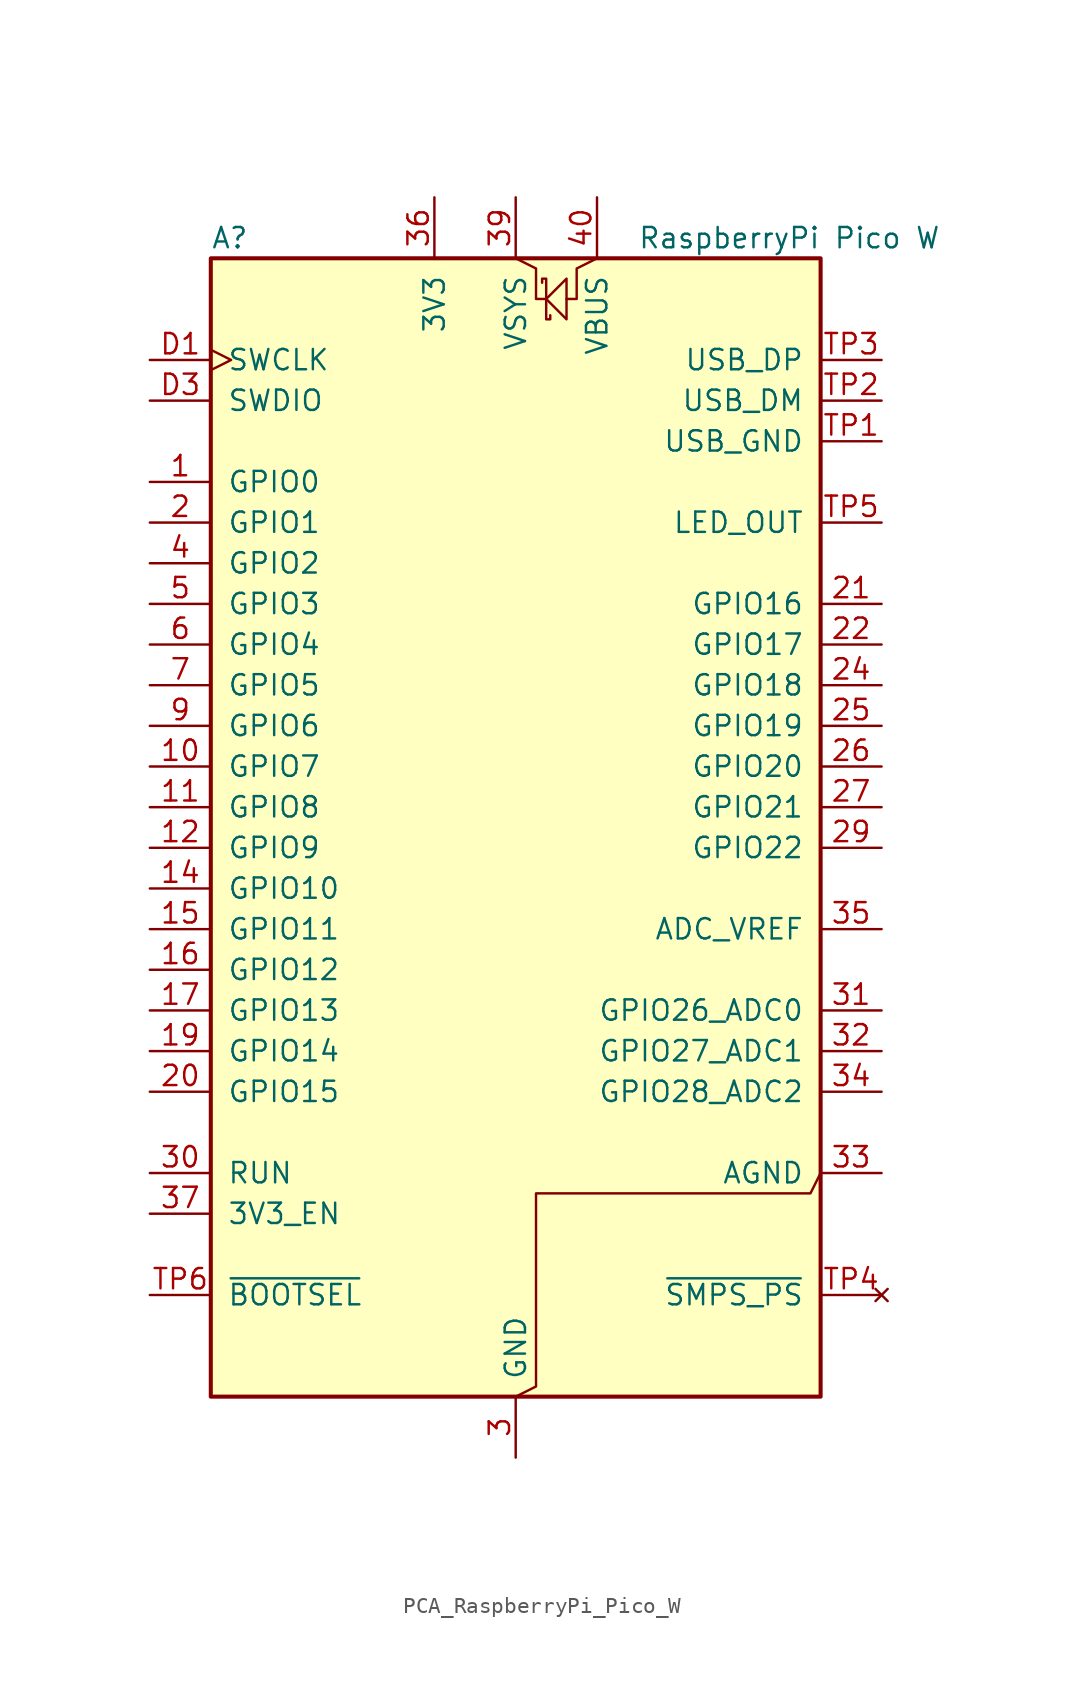
<source format=kicad_sym>
(kicad_symbol_lib
  (version 20241209)
  (generator "kicad_symbol_editor")
  (generator_version "9.0")
  (symbol "PCA_RaspberryPi_Pico_W"
    (pin_names
      (offset 1.016))
    (property "Reference" "A"
      (at -19.05 38.1 0)
      (effects (font (size 1.27 1.27)) (justify left)))
    (property "Value" "RaspberryPi Pico W"
      (at 7.62 38.1 0)
      (effects (font (size 1.27 1.27)) (justify left)))
    (symbol "PCA_RaspberryPi_Pico_W_0_1"
      (rectangle (start -19.05 36.83) (end 19.05 -34.29) (stroke (width 0.254) (type default)) (fill (type background)))
      (polyline (pts (xy 0 36.83) (xy 1.27 36.195) (xy 1.27 34.29) (xy 1.905 34.29)) (stroke (width 0) (type default)) (fill (type none)))
      (polyline (pts (xy 0 -34.29) (xy 1.27 -33.655) (xy 1.27 -21.59) (xy 18.415 -21.59) (xy 19.05 -20.32)) (stroke (width 0) (type default)) (fill (type none)))
      (polyline (pts (xy 1.651 35.306) (xy 1.651 35.56) (xy 1.905 35.56) (xy 1.905 33.02) (xy 2.159 33.02) (xy 2.159 33.274)) (stroke (width 0) (type default)) (fill (type none)))
      (polyline (pts (xy 1.905 34.29) (xy 3.175 35.56) (xy 3.175 33.02) (xy 1.905 34.29)) (stroke (width 0) (type default)) (fill (type none)))
      (polyline (pts (xy 5.08 36.83) (xy 3.81 36.195) (xy 3.81 34.29) (xy 3.175 34.29)) (stroke (width 0) (type default)) (fill (type none))))
    (symbol "PCA_RaspberryPi_Pico_W_1_1"
      (pin input clock (at -22.86 30.48 0) (length 3.81) (name "SWCLK" (effects (font (size 1.27 1.27)))) (number "D1" (effects (font (size 1.27 1.27)))))
      (pin bidirectional line (at -22.86 27.94 0) (length 3.81) (name "SWDIO" (effects (font (size 1.27 1.27)))) (number "D3" (effects (font (size 1.27 1.27)))))
      (pin bidirectional line (at -22.86 22.86 0) (length 3.81) (name "GPIO0" (effects (font (size 1.27 1.27)))) (number "1" (effects (font (size 1.27 1.27)))) (alternate "I2C0_SDA" bidirectional line) (alternate "PWM0_A" output line) (alternate "SPI0_RX" input line) (alternate "UART0_TX" output line) (alternate "USB_OVCUR_DET" input line))
      (pin bidirectional line (at -22.86 20.32 0) (length 3.81) (name "GPIO1" (effects (font (size 1.27 1.27)))) (number "2" (effects (font (size 1.27 1.27)))) (alternate "I2C0_SCL" bidirectional clock) (alternate "PWM0_B" bidirectional line) (alternate "UART0_RX" input line) (alternate "USB_VBUS_DET" passive line) (alternate "~{SPI0_CSn}" bidirectional line))
      (pin bidirectional line (at -22.86 17.78 0) (length 3.81) (name "GPIO2" (effects (font (size 1.27 1.27)))) (number "4" (effects (font (size 1.27 1.27)))) (alternate "I2C1_SDA" bidirectional line) (alternate "PWM1_A" output line) (alternate "SPI0_SCK" bidirectional clock) (alternate "UART0_CTS" input line) (alternate "USB_VBUS_DET" input line))
      (pin bidirectional line (at -22.86 15.24 0) (length 3.81) (name "GPIO3" (effects (font (size 1.27 1.27)))) (number "5" (effects (font (size 1.27 1.27)))) (alternate "I2C1_SCL" bidirectional clock) (alternate "PWM1_B" bidirectional line) (alternate "SPI0_TX" output line) (alternate "UART0_RTS" output line) (alternate "USB_OVCUR_DET" input line))
      (pin bidirectional line (at -22.86 12.7 0) (length 3.81) (name "GPIO4" (effects (font (size 1.27 1.27)))) (number "6" (effects (font (size 1.27 1.27)))) (alternate "I2C0_SDA" bidirectional line) (alternate "PWM2_A" output line) (alternate "SPI0_RX" input line) (alternate "UART1_TX" output line) (alternate "USB_VBUS_DET" input line))
      (pin bidirectional line (at -22.86 10.16 0) (length 3.81) (name "GPIO5" (effects (font (size 1.27 1.27)))) (number "7" (effects (font (size 1.27 1.27)))) (alternate "I2C0_SCL" bidirectional clock) (alternate "PWM2_B" bidirectional line) (alternate "UART1_RX" input line) (alternate "USB_VBUS_EN" output line) (alternate "~{SPI0_CSn}" bidirectional line))
      (pin bidirectional line (at -22.86 7.62 0) (length 3.81) (name "GPIO6" (effects (font (size 1.27 1.27)))) (number "9" (effects (font (size 1.27 1.27)))) (alternate "I2C1_SDA" bidirectional line) (alternate "PWM3_A" output line) (alternate "SPI0_SCK" bidirectional clock) (alternate "UART1_CTS" input line) (alternate "USB_OVCUR_DET" input line))
      (pin bidirectional line (at -22.86 5.08 0) (length 3.81) (name "GPIO7" (effects (font (size 1.27 1.27)))) (number "10" (effects (font (size 1.27 1.27)))) (alternate "I2C1_SCL" bidirectional clock) (alternate "PWM3_B" bidirectional line) (alternate "SPI0_TX" output line) (alternate "UART1_RTS" output line) (alternate "USB_VBUS_DET" input line))
      (pin bidirectional line (at -22.86 2.54 0) (length 3.81) (name "GPIO8" (effects (font (size 1.27 1.27)))) (number "11" (effects (font (size 1.27 1.27)))) (alternate "I2C0_SDA" bidirectional line) (alternate "PWM4_A" output line) (alternate "SPI1_RX" input line) (alternate "UART1_TX" output line) (alternate "USB_VBUS_EN" output line))
      (pin bidirectional line (at -22.86 0 0) (length 3.81) (name "GPIO9" (effects (font (size 1.27 1.27)))) (number "12" (effects (font (size 1.27 1.27)))) (alternate "I2C0_SCL" bidirectional clock) (alternate "PWM4_B" bidirectional line) (alternate "UART1_RX" input line) (alternate "USB_OVCUR_DET" input line) (alternate "~{SPI1_CSn}" bidirectional line))
      (pin bidirectional line (at -22.86 -2.54 0) (length 3.81) (name "GPIO10" (effects (font (size 1.27 1.27)))) (number "14" (effects (font (size 1.27 1.27)))) (alternate "I2C1_SDA" bidirectional line) (alternate "PWM5_A" output line) (alternate "SPI1_SCK" bidirectional clock) (alternate "UART1_CTS" input line) (alternate "USB_VBUS_DET" input line))
      (pin bidirectional line (at -22.86 -5.08 0) (length 3.81) (name "GPIO11" (effects (font (size 1.27 1.27)))) (number "15" (effects (font (size 1.27 1.27)))) (alternate "I2C1_SCL" bidirectional clock) (alternate "PWM5_B" bidirectional line) (alternate "SPI1_TX" output line) (alternate "UART1_RTS" output line) (alternate "USB_VBUS_EN" output line))
      (pin bidirectional line (at -22.86 -7.62 0) (length 3.81) (name "GPIO12" (effects (font (size 1.27 1.27)))) (number "16" (effects (font (size 1.27 1.27)))) (alternate "I2C0_SDA" bidirectional line) (alternate "PWM6_A" output line) (alternate "SPI1_RX" input line) (alternate "UART0_TX" output line) (alternate "USB_OVCUR_DET" input line))
      (pin bidirectional line (at -22.86 -10.16 0) (length 3.81) (name "GPIO13" (effects (font (size 1.27 1.27)))) (number "17" (effects (font (size 1.27 1.27)))) (alternate "I2C0_SCL" bidirectional clock) (alternate "PWM6_B" bidirectional line) (alternate "UART0_RX" input line) (alternate "USB_VBUS_DET" input line) (alternate "~{SPI1_CSn}" bidirectional line))
      (pin bidirectional line (at -22.86 -12.7 0) (length 3.81) (name "GPIO14" (effects (font (size 1.27 1.27)))) (number "19" (effects (font (size 1.27 1.27)))) (alternate "I2C1_SDA" bidirectional line) (alternate "PWM7_A" output line) (alternate "SPI1_SCK" bidirectional clock) (alternate "UART0_CTS" input line) (alternate "USB_VBUS_EN" output line))
      (pin bidirectional line (at -22.86 -15.24 0) (length 3.81) (name "GPIO15" (effects (font (size 1.27 1.27)))) (number "20" (effects (font (size 1.27 1.27)))) (alternate "I2C1_SCL" bidirectional clock) (alternate "PWM7_B" bidirectional line) (alternate "SPI1_TX" output line) (alternate "UART0_RTS" output line) (alternate "USB_OVCUR_DET" input line))
      (pin input line (at -22.86 -20.32 0) (length 3.81) (name "RUN" (effects (font (size 1.27 1.27)))) (number "30" (effects (font (size 1.27 1.27)))) (alternate "~{RESET}" input line))
      (pin input line (at -22.86 -22.86 0) (length 3.81) (name "3V3_EN" (effects (font (size 1.27 1.27)))) (number "37" (effects (font (size 1.27 1.27)))) (alternate "~{3V3_DISABLE}" input line))
      (pin input line (at -22.86 -27.94 0) (length 3.81) (name "~{BOOTSEL}" (effects (font (size 1.27 1.27)))) (number "TP6" (effects (font (size 1.27 1.27)))))
      (pin power_out line (at -5.08 40.64 270) (length 3.81) (name "3V3" (effects (font (size 1.27 1.27)))) (number "36" (effects (font (size 1.27 1.27)))))
      (pin power_in line (at 0 40.64 270) (length 3.81) (name "VSYS" (effects (font (size 1.27 1.27)))) (number "39" (effects (font (size 1.27 1.27)))) (alternate "VSYS_IN" power_in line) (alternate "VSYS_OUT" power_out line))
      (pin passive line (at 0 -38.1 90) (length 3.81) (hide yes) (name "GND" (effects (font (size 1.27 1.27)))) (number "13" (effects (font (size 1.27 1.27)))))
      (pin passive line (at 0 -38.1 90) (length 3.81) (hide yes) (name "GND" (effects (font (size 1.27 1.27)))) (number "18" (effects (font (size 1.27 1.27)))))
      (pin passive line (at 0 -38.1 90) (length 3.81) (hide yes) (name "GND" (effects (font (size 1.27 1.27)))) (number "23" (effects (font (size 1.27 1.27)))))
      (pin passive line (at 0 -38.1 90) (length 3.81) (hide yes) (name "GND" (effects (font (size 1.27 1.27)))) (number "28" (effects (font (size 1.27 1.27)))))
      (pin power_out line (at 0 -38.1 90) (length 3.81) (name "GND" (effects (font (size 1.27 1.27)))) (number "3" (effects (font (size 1.27 1.27)))) (alternate "GND_IN" power_in line))
      (pin passive line (at 0 -38.1 90) (length 3.81) (hide yes) (name "GND" (effects (font (size 1.27 1.27)))) (number "38" (effects (font (size 1.27 1.27)))))
      (pin passive line (at 0 -38.1 90) (length 3.81) (hide yes) (name "GND" (effects (font (size 1.27 1.27)))) (number "8" (effects (font (size 1.27 1.27)))))
      (pin passive line (at 0 -38.1 90) (length 3.81) (hide yes) (name "GND" (effects (font (size 1.27 1.27)))) (number "D2" (effects (font (size 1.27 1.27)))))
      (pin power_out line (at 5.08 40.64 270) (length 3.81) (name "VBUS" (effects (font (size 1.27 1.27)))) (number "40" (effects (font (size 1.27 1.27)))) (alternate "VBUS_HOST" power_in line))
      (pin bidirectional line (at 22.86 30.48 180) (length 3.81) (name "USB_DP" (effects (font (size 1.27 1.27)))) (number "TP3" (effects (font (size 1.27 1.27)))))
      (pin bidirectional line (at 22.86 27.94 180) (length 3.81) (name "USB_DM" (effects (font (size 1.27 1.27)))) (number "TP2" (effects (font (size 1.27 1.27)))))
      (pin power_out line (at 22.86 25.4 180) (length 3.81) (name "USB_GND" (effects (font (size 1.27 1.27)))) (number "TP1" (effects (font (size 1.27 1.27)))) (alternate "USB_HOST_GND" power_in line))
      (pin output line (at 22.86 20.32 180) (length 3.81) (name "LED_OUT" (effects (font (size 1.27 1.27)))) (number "TP5" (effects (font (size 1.27 1.27)))))
      (pin bidirectional line (at 22.86 15.24 180) (length 3.81) (name "GPIO16" (effects (font (size 1.27 1.27)))) (number "21" (effects (font (size 1.27 1.27)))) (alternate "I2C0_SDA" bidirectional line) (alternate "PWM0_A" output line) (alternate "SPI0_RX" input line) (alternate "UART0_TX" output line) (alternate "USB_VBUS_DET" input line))
      (pin bidirectional line (at 22.86 12.7 180) (length 3.81) (name "GPIO17" (effects (font (size 1.27 1.27)))) (number "22" (effects (font (size 1.27 1.27)))) (alternate "I2C0_SCL" bidirectional clock) (alternate "PWM0_B" bidirectional line) (alternate "UART0_RX" input line) (alternate "USB_VBUS_EN" output line) (alternate "~{SPI0_CSn}" bidirectional line))
      (pin bidirectional line (at 22.86 10.16 180) (length 3.81) (name "GPIO18" (effects (font (size 1.27 1.27)))) (number "24" (effects (font (size 1.27 1.27)))) (alternate "I2C1_SDA" bidirectional line) (alternate "PWM1_A" output line) (alternate "SPI0_SCK" bidirectional clock) (alternate "UART0_CTS" input line) (alternate "USB_OVCUR_DET" input line))
      (pin bidirectional line (at 22.86 7.62 180) (length 3.81) (name "GPIO19" (effects (font (size 1.27 1.27)))) (number "25" (effects (font (size 1.27 1.27)))) (alternate "I2C1_SCL" bidirectional clock) (alternate "PWM1_B" bidirectional line) (alternate "SPI0_TX" output line) (alternate "UART0_RTS" output line) (alternate "USB_VBUS_DET" input line))
      (pin bidirectional line (at 22.86 5.08 180) (length 3.81) (name "GPIO20" (effects (font (size 1.27 1.27)))) (number "26" (effects (font (size 1.27 1.27)))) (alternate "CLOCK_GPIN0" input clock) (alternate "I2C0_SDA" bidirectional line) (alternate "PWM2_A" output line) (alternate "SPI0_RX" input line) (alternate "UART1_TX" output line) (alternate "USB_VBUS_EN" output line))
      (pin bidirectional line (at 22.86 2.54 180) (length 3.81) (name "GPIO21" (effects (font (size 1.27 1.27)))) (number "27" (effects (font (size 1.27 1.27)))) (alternate "CLOCK_GPOUT0" output clock) (alternate "I2C0_SCL" bidirectional clock) (alternate "PWM2_B" bidirectional line) (alternate "UART1_RX" input line) (alternate "USB_OVCUR_DET" input line) (alternate "~{SPI0_CSn}" bidirectional line))
      (pin bidirectional line (at 22.86 0 180) (length 3.81) (name "GPIO22" (effects (font (size 1.27 1.27)))) (number "29" (effects (font (size 1.27 1.27)))) (alternate "CLOCK_GPIN1" input clock) (alternate "I2C1_SDA" bidirectional line) (alternate "PWM3_A" output line) (alternate "SPI0_SCK" bidirectional clock) (alternate "UART1_CTS" input line) (alternate "USB_VBUS_DET" input line))
      (pin power_in line (at 22.86 -5.08 180) (length 3.81) (name "ADC_VREF" (effects (font (size 1.27 1.27)))) (number "35" (effects (font (size 1.27 1.27)))))
      (pin bidirectional line (at 22.86 -10.16 180) (length 3.81) (name "GPIO26_ADC0" (effects (font (size 1.27 1.27)))) (number "31" (effects (font (size 1.27 1.27)))) (alternate "ADC0" input line) (alternate "GPIO26" bidirectional line) (alternate "I2C1_SDA" bidirectional line) (alternate "PWM5_A" output line) (alternate "SPI1_SCK" bidirectional clock) (alternate "UART1_CTS" input line) (alternate "USB_VBUS_EN" output line))
      (pin bidirectional line (at 22.86 -12.7 180) (length 3.81) (name "GPIO27_ADC1" (effects (font (size 1.27 1.27)))) (number "32" (effects (font (size 1.27 1.27)))) (alternate "ADC1" input line) (alternate "GPIO27" bidirectional line) (alternate "I2C1_SCL" bidirectional clock) (alternate "PWM5_B" bidirectional line) (alternate "SPI1_TX" output line) (alternate "UART1_RTS" output line) (alternate "USB_OVCUR_DET" input line))
      (pin bidirectional line (at 22.86 -15.24 180) (length 3.81) (name "GPIO28_ADC2" (effects (font (size 1.27 1.27)))) (number "34" (effects (font (size 1.27 1.27)))) (alternate "ADC2" input line) (alternate "GPIO28" bidirectional line) (alternate "I2C0_SDA" bidirectional line) (alternate "PWM6_A" output line) (alternate "SPI1_RX" input line) (alternate "UART0_TX" output line) (alternate "USB_VBUS_DET" input line))
      (pin power_out line (at 22.86 -20.32 180) (length 3.81) (name "AGND" (effects (font (size 1.27 1.27)))) (number "33" (effects (font (size 1.27 1.27)))) (alternate "GND" passive line))
      (pin no_connect line (at 22.86 -27.94 180) (length 3.81) (name "~{SMPS_PS}" (effects (font (size 1.27 1.27)))) (number "TP4" (effects (font (size 1.27 1.27)))) (alternate "GPIO23_UNSAFE" output line) (alternate "~{SMPS_PS_UNSAFE}" output line)))))
</source>
